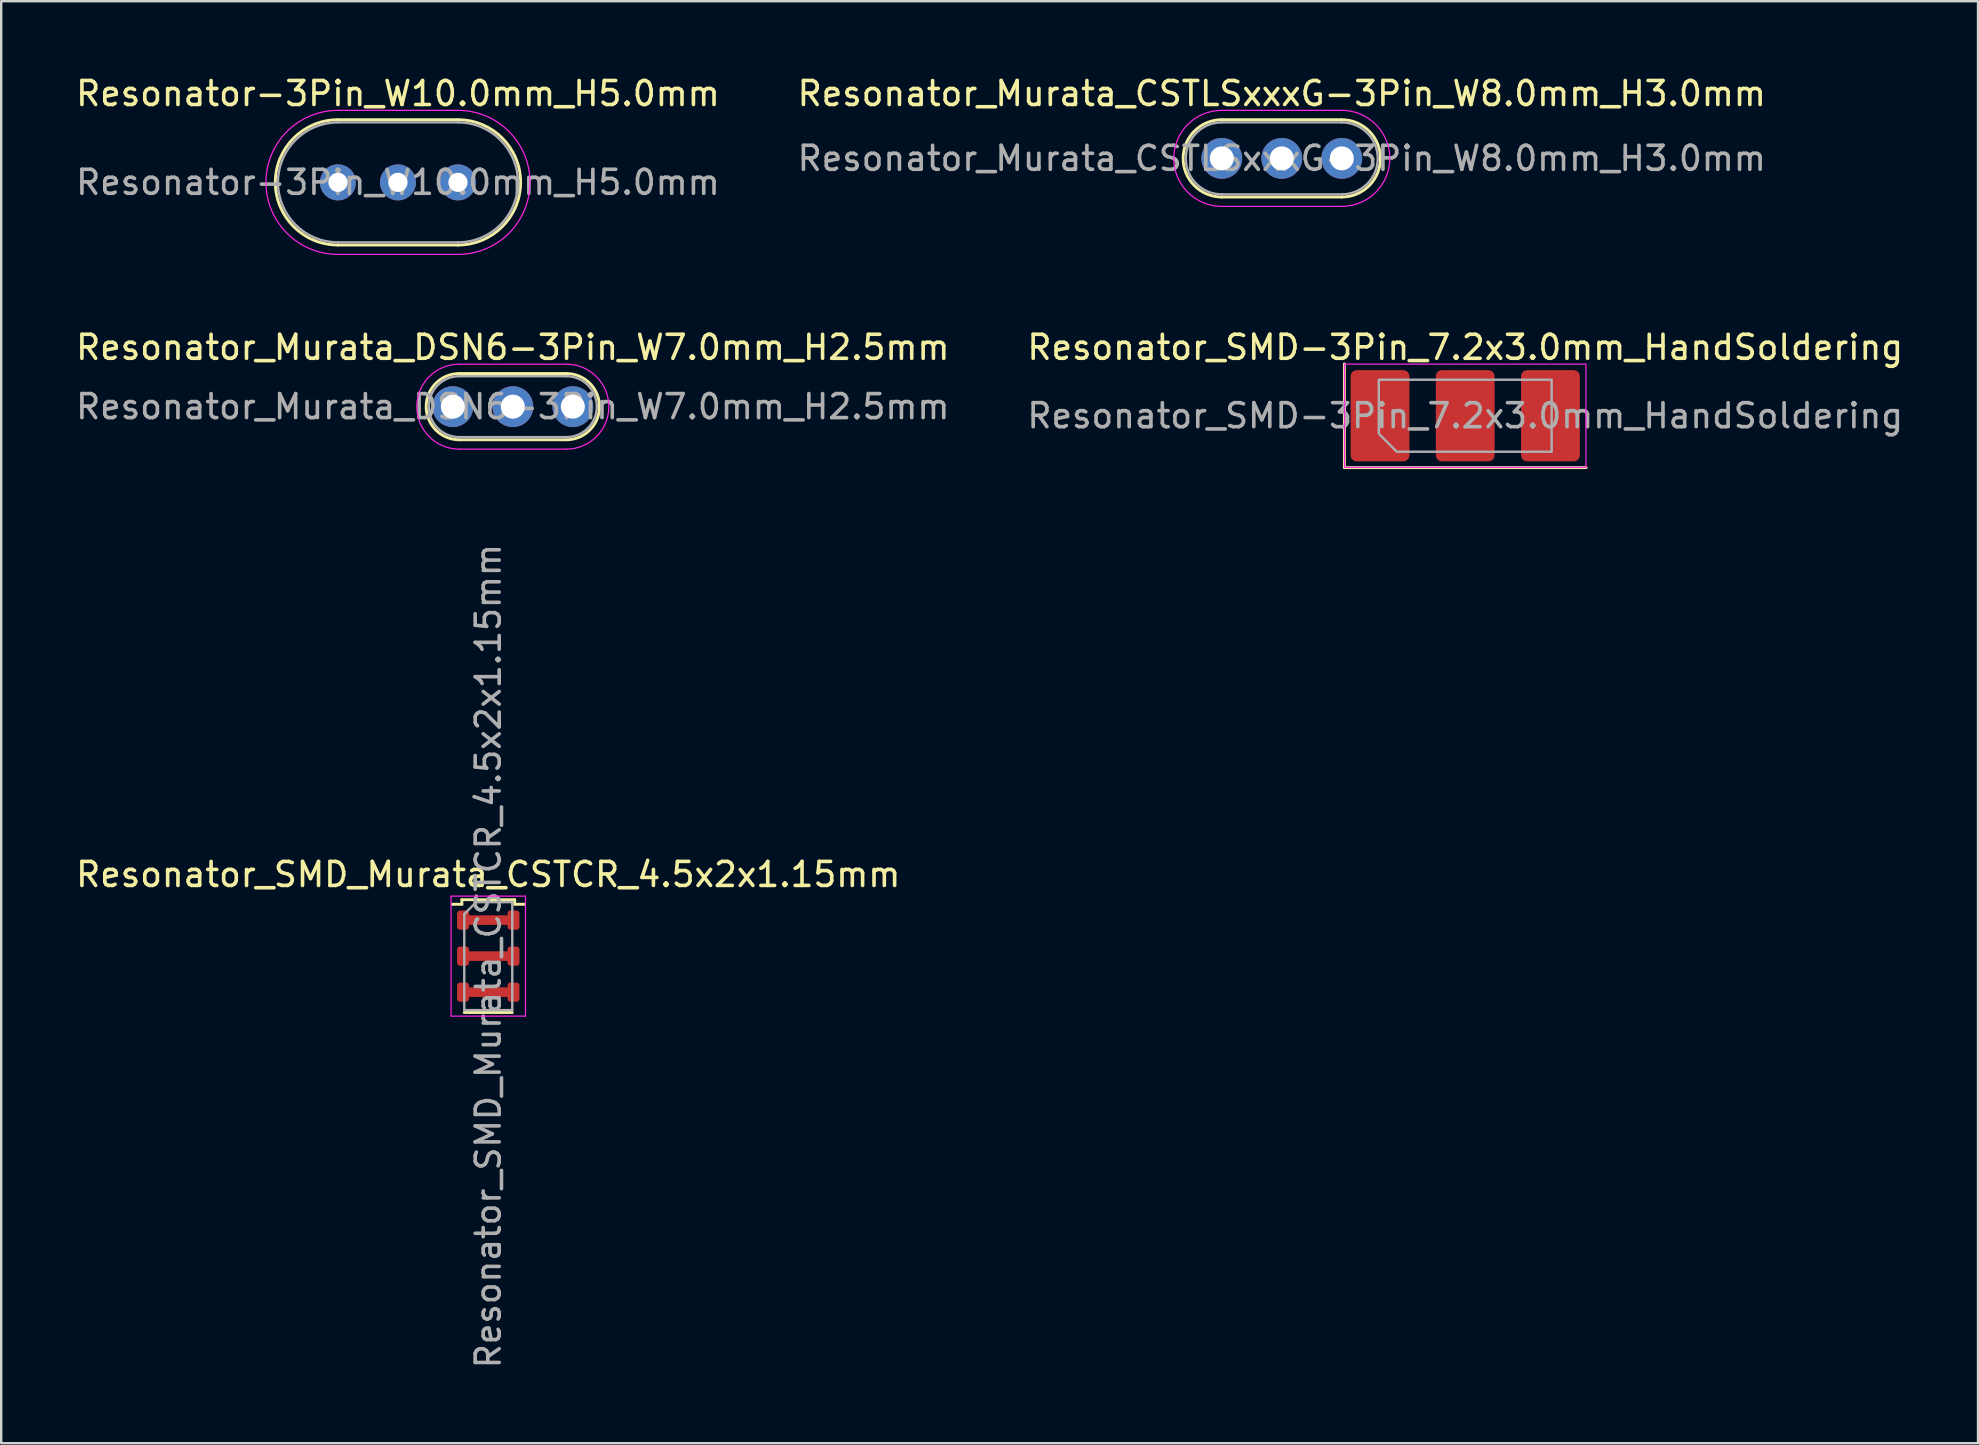
<source format=kicad_pcb>
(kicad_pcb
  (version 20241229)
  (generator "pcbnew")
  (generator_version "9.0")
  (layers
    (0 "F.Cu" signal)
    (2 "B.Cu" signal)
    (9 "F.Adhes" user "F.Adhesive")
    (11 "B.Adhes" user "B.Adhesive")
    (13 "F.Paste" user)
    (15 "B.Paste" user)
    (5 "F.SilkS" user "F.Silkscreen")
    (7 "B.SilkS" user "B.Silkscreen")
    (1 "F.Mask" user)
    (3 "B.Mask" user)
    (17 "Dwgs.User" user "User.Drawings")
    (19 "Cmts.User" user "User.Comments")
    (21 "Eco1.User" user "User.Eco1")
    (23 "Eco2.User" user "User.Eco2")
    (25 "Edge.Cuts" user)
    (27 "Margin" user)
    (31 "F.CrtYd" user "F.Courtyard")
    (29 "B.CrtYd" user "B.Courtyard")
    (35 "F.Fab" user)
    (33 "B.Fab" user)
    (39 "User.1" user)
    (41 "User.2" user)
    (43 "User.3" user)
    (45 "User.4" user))
  (footprint "Resonator-3Pin_W10.0mm_H5.0mm"
    (layer "F.Cu")
    (at 11.03 4.548)
    (property "Reference" "Resonator-3Pin_W10.0mm_H5.0mm" (at 2.5 -3.7 0) (layer "F.SilkS") (effects (font (size 1 1) (thickness 0.15))))
    (attr through_hole)
    (fp_line (start 0 -2.61) (end 5 -2.61) (stroke (width 0.12) (type solid)) (layer "F.SilkS"))
    (fp_line (start 5 2.61) (end 0 2.61) (stroke (width 0.12) (type solid)) (layer "F.SilkS"))
    (fp_arc (start 0 2.61) (mid -2.61 0) (end 0 -2.61) (stroke (width 0.12) (type solid)) (layer "F.SilkS"))
    (fp_arc (start 5 -2.61) (mid 7.61 0) (end 5 2.61) (stroke (width 0.12) (type solid)) (layer "F.SilkS"))
    (fp_line (start 0 -3) (end 5 -3) (stroke (width 0.05) (type solid)) (layer "F.CrtYd"))
    (fp_line (start 5 3) (end 0 3) (stroke (width 0.05) (type solid)) (layer "F.CrtYd"))
    (fp_arc (start 0 3) (mid -3 0) (end 0 -3) (stroke (width 0.05) (type solid)) (layer "F.CrtYd"))
    (fp_arc (start 5 -3) (mid 8 0) (end 5 3) (stroke (width 0.05) (type solid)) (layer "F.CrtYd"))
    (fp_line (start 0 -2.5) (end 5 -2.5) (stroke (width 0.1) (type solid)) (layer "F.Fab"))
    (fp_line (start 5 2.5) (end 0 2.5) (stroke (width 0.1) (type solid)) (layer "F.Fab"))
    (fp_arc (start 0 2.5) (mid -2.5 0) (end 0 -2.5) (stroke (width 0.1) (type solid)) (layer "F.Fab"))
    (fp_arc (start 5 -2.5) (mid 7.5 0) (end 5 2.5) (stroke (width 0.1) (type solid)) (layer "F.Fab"))
    (fp_text user "${REFERENCE}" (at 2.5 0 0) (layer "F.Fab") (effects (font (size 1 1) (thickness 0.15))))
    (pad "1" thru_hole circle (at 0 0) (size 1.5 1.5) (drill 0.8) (layers "*.Cu" "*.Mask"))
    (pad "2" thru_hole circle (at 2.5 0) (size 1.5 1.5) (drill 0.8) (layers "*.Cu" "*.Mask"))
    (pad "3" thru_hole circle (at 5 0) (size 1.5 1.5) (drill 0.8) (layers "*.Cu" "*.Mask")))
  (footprint "Resonator_SMD-3Pin_7.2x3.0mm_HandSoldering"
    (layer "F.Cu")
    (at 57.994 14.271)
    (property "Reference" "Resonator_SMD-3Pin_7.2x3.0mm_HandSoldering" (at 0 -2.85 0) (layer "F.SilkS") (effects (font (size 1 1) (thickness 0.15))))
    (attr smd)
    (fp_line (start -5.035 -2.16) (end -5.035 2.16) (stroke (width 0.12) (type solid)) (layer "F.SilkS"))
    (fp_line (start -5.035 2.16) (end 5.035 2.16) (stroke (width 0.12) (type solid)) (layer "F.SilkS"))
    (fp_rect (start -5.03 -2.15) (end 5.03 2.15) (stroke (width 0.05) (type solid)) (fill no) (layer "F.CrtYd"))
    (fp_poly (pts (xy -3.6 -1.5) (xy -3.6 0.75) (xy -2.85 1.5) (xy 3.6 1.5) (xy 3.6 -1.5)) (stroke (width 0.1) (type solid)) (fill no) (layer "F.Fab"))
    (fp_text user "${REFERENCE}" (at 0 0 0) (layer "F.Fab") (effects (font (size 1 1) (thickness 0.15))))
    (pad "1" smd roundrect (at -3.55 0) (size 2.45 3.8) (layers "F.Cu" "F.Mask" "F.Paste") (roundrect_rratio 0.102))
    (pad "2" smd roundrect (at 0 0) (size 2.45 3.8) (layers "F.Cu" "F.Mask" "F.Paste") (roundrect_rratio 0.102))
    (pad "3" smd roundrect (at 3.55 0) (size 2.45 3.8) (layers "F.Cu" "F.Mask" "F.Paste") (roundrect_rratio 0.102)))
  (footprint "Resonator_Murata_DSN6-3Pin_W7.0mm_H2.5mm"
    (layer "F.Cu")
    (at 15.815 13.892)
    (property "Reference" "Resonator_Murata_DSN6-3Pin_W7.0mm_H2.5mm" (at 2.5 -2.47 0) (layer "F.SilkS") (effects (font (size 1 1) (thickness 0.15))))
    (attr through_hole)
    (fp_line (start 0.27 -1.38) (end 4.73 -1.38) (stroke (width 0.12) (type solid)) (layer "F.SilkS"))
    (fp_line (start 4.73 1.38) (end 0.27 1.38) (stroke (width 0.12) (type solid)) (layer "F.SilkS"))
    (fp_arc (start 0.27 1.38) (mid -1.11 0) (end 0.27 -1.38) (stroke (width 0.12) (type solid)) (layer "F.SilkS"))
    (fp_arc (start 4.73 -1.38) (mid 6.11 0) (end 4.73 1.38) (stroke (width 0.12) (type solid)) (layer "F.SilkS"))
    (fp_line (start 0.27 -1.77) (end 4.73 -1.77) (stroke (width 0.05) (type solid)) (layer "F.CrtYd"))
    (fp_line (start 4.73 1.77) (end 0.27 1.77) (stroke (width 0.05) (type solid)) (layer "F.CrtYd"))
    (fp_arc (start 0.27 1.77) (mid -1.5 0) (end 0.27 -1.77) (stroke (width 0.05) (type solid)) (layer "F.CrtYd"))
    (fp_arc (start 4.73 -1.77) (mid 6.5 0) (end 4.73 1.77) (stroke (width 0.05) (type solid)) (layer "F.CrtYd"))
    (fp_line (start 0.27 -1.27) (end 4.73 -1.27) (stroke (width 0.1) (type solid)) (layer "F.Fab"))
    (fp_line (start 4.73 1.27) (end 0.27 1.27) (stroke (width 0.1) (type solid)) (layer "F.Fab"))
    (fp_arc (start 0.27 1.27) (mid -1 0) (end 0.27 -1.27) (stroke (width 0.1) (type solid)) (layer "F.Fab"))
    (fp_arc (start 4.73 -1.27) (mid 6 0) (end 4.73 1.27) (stroke (width 0.1) (type solid)) (layer "F.Fab"))
    (fp_text user "${REFERENCE}" (at 2.5 0 0) (layer "F.Fab") (effects (font (size 1 1) (thickness 0.15))))
    (pad "1" thru_hole circle (at 0 0) (size 1.7 1.7) (drill 1) (layers "*.Cu" "*.Mask"))
    (pad "2" thru_hole circle (at 2.5 0) (size 1.7 1.7) (drill 1) (layers "*.Cu" "*.Mask"))
    (pad "3" thru_hole circle (at 5 0) (size 1.7 1.7) (drill 1) (layers "*.Cu" "*.Mask")))
  (footprint "Resonator_SMD_Murata_CSTCR_4.5x2x1.15mm"
    (layer "F.Cu")
    (at 17.292 36.783)
    (property "Reference" "Resonator_SMD_Murata_CSTCR_4.5x2x1.15mm" (at 0 -3.4 0) (layer "F.SilkS") (effects (font (size 1 1) (thickness 0.15))))
    (attr smd)
    (fp_line (start -1.1 -2.35) (end -1.1 -2.16) (stroke (width 0.12) (type default)) (layer "F.SilkS"))
    (fp_line (start -1.1 -2.16) (end -1.5 -2.16) (stroke (width 0.12) (type default)) (layer "F.SilkS"))
    (fp_line (start 1 2.35) (end -1 2.35) (stroke (width 0.12) (type solid)) (layer "F.SilkS"))
    (fp_line (start 1.1 -2.35) (end -1.1 -2.35) (stroke (width 0.12) (type solid)) (layer "F.SilkS"))
    (fp_line (start 1.1 -2.35) (end 1.1 -2.16) (stroke (width 0.12) (type default)) (layer "F.SilkS"))
    (fp_line (start 1.1 -2.16) (end 1.5 -2.16) (stroke (width 0.12) (type default)) (layer "F.SilkS"))
    (fp_line (start -1.55 -2.5) (end 1.55 -2.5) (stroke (width 0.05) (type solid)) (layer "F.CrtYd"))
    (fp_line (start -1.55 2.5) (end -1.55 -2.5) (stroke (width 0.05) (type solid)) (layer "F.CrtYd"))
    (fp_line (start 1.55 -2.5) (end 1.55 2.5) (stroke (width 0.05) (type solid)) (layer "F.CrtYd"))
    (fp_line (start 1.55 2.5) (end -1.55 2.5) (stroke (width 0.05) (type solid)) (layer "F.CrtYd"))
    (fp_line (start -1 -1.75) (end -0.5 -2.25) (stroke (width 0.1) (type default)) (layer "F.Fab"))
    (fp_line (start -1 2.25) (end -1 -1.75) (stroke (width 0.1) (type solid)) (layer "F.Fab"))
    (fp_line (start -0.5 -2.25) (end 1 -2.25) (stroke (width 0.1) (type solid)) (layer "F.Fab"))
    (fp_line (start 1 -2.25) (end 1 2.25) (stroke (width 0.1) (type solid)) (layer "F.Fab"))
    (fp_line (start 1 2.25) (end -1 2.25) (stroke (width 0.1) (type solid)) (layer "F.Fab"))
    (fp_text user "${REFERENCE}" (at 0 0 270) (layer "F.Fab") (effects (font (size 1 1) (thickness 0.15))))
    (pad "1" smd roundrect (at -1.05 -1.5) (size 0.5 0.8) (layers "F.Cu" "F.Mask" "F.Paste") (roundrect_rratio 0.25))
    (pad "1" smd rect (at 0 -1.5 270) (size 0.4 1.7) (layers "F.Cu" "F.Mask" "F.Paste"))
    (pad "1" smd roundrect (at 1.05 -1.5) (size 0.5 0.8) (layers "F.Cu" "F.Mask" "F.Paste") (roundrect_rratio 0.25))
    (pad "2" smd roundrect (at -1.05 0) (size 0.5 0.8) (layers "F.Cu" "F.Mask" "F.Paste") (roundrect_rratio 0.25))
    (pad "2" smd rect (at 0 0 270) (size 0.4 1.7) (layers "F.Cu" "F.Mask" "F.Paste"))
    (pad "2" smd roundrect (at 1.05 0) (size 0.5 0.8) (layers "F.Cu" "F.Mask" "F.Paste") (roundrect_rratio 0.25))
    (pad "3" smd roundrect (at -1.05 1.5) (size 0.5 0.8) (layers "F.Cu" "F.Mask" "F.Paste") (roundrect_rratio 0.25))
    (pad "3" smd rect (at 0 1.5 270) (size 0.4 1.7) (layers "F.Cu" "F.Mask" "F.Paste"))
    (pad "3" smd roundrect (at 1.05 1.5) (size 0.5 0.8) (layers "F.Cu" "F.Mask" "F.Paste") (roundrect_rratio 0.25)))
  (footprint "Resonator_Murata_CSTLSxxxG-3Pin_W8.0mm_H3.0mm"
    (layer "F.Cu")
    (at 47.851 3.548)
    (property "Reference" "Resonator_Murata_CSTLSxxxG-3Pin_W8.0mm_H3.0mm" (at 2.5 -2.7 0) (layer "F.SilkS") (effects (font (size 1 1) (thickness 0.15))))
    (attr through_hole)
    (fp_line (start 0 -1.61) (end 5 -1.61) (stroke (width 0.12) (type solid)) (layer "F.SilkS"))
    (fp_line (start 5 1.61) (end 0 1.61) (stroke (width 0.12) (type solid)) (layer "F.SilkS"))
    (fp_arc (start 0 1.61) (mid -1.61 0) (end 0 -1.61) (stroke (width 0.12) (type solid)) (layer "F.SilkS"))
    (fp_arc (start 5 -1.61) (mid 6.61 0) (end 5 1.61) (stroke (width 0.12) (type solid)) (layer "F.SilkS"))
    (fp_line (start 0 -2) (end 5 -2) (stroke (width 0.05) (type solid)) (layer "F.CrtYd"))
    (fp_line (start 5 2) (end 0 2) (stroke (width 0.05) (type solid)) (layer "F.CrtYd"))
    (fp_arc (start 0 2) (mid -2 0) (end 0 -2) (stroke (width 0.05) (type solid)) (layer "F.CrtYd"))
    (fp_arc (start 5 -2) (mid 7 0) (end 5 2) (stroke (width 0.05) (type solid)) (layer "F.CrtYd"))
    (fp_line (start 0 -1.5) (end 5 -1.5) (stroke (width 0.1) (type solid)) (layer "F.Fab"))
    (fp_line (start 5 1.5) (end 0 1.5) (stroke (width 0.1) (type solid)) (layer "F.Fab"))
    (fp_arc (start 0 1.5) (mid -1.5 0) (end 0 -1.5) (stroke (width 0.1) (type solid)) (layer "F.Fab"))
    (fp_arc (start 5 -1.5) (mid 6.5 0) (end 5 1.5) (stroke (width 0.1) (type solid)) (layer "F.Fab"))
    (fp_text user "${REFERENCE}" (at 2.5 0 0) (layer "F.Fab") (effects (font (size 1 1) (thickness 0.15))))
    (pad "1" thru_hole circle (at 0 0) (size 1.7 1.7) (drill 1) (layers "*.Cu" "*.Mask"))
    (pad "2" thru_hole circle (at 2.5 0) (size 1.7 1.7) (drill 1) (layers "*.Cu" "*.Mask"))
    (pad "3" thru_hole circle (at 5 0) (size 1.7 1.7) (drill 1) (layers "*.Cu" "*.Mask")))
  (gr_rect
    (start -3 -3)
    (end 79.357 57.075)
    (stroke (width 0.1) (type default))
    (fill no)
    (layer "Edge.Cuts")))
</source>
